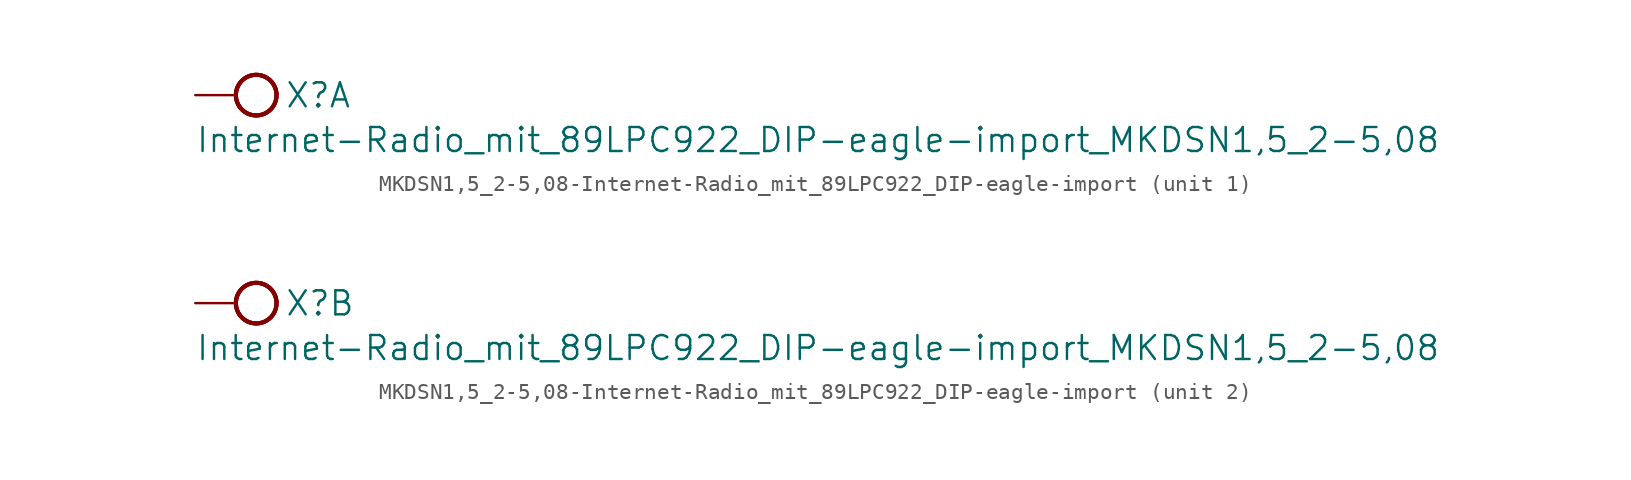
<source format=kicad_sym>
(kicad_symbol_lib
  (version 20220914)
  (generator kicad_symbol_editor)
  (symbol "MKDSN1,5_2-5,08-Internet-Radio_mit_89LPC922_DIP-eagle-import"
    (pin_names
      (offset 1.016))
    (property "Reference" "X"
      (at 3.048 -0.889 0)
      (effects (font (size 1.499 1.499)) (justify left bottom)))
    (property "Value" "Internet-Radio_mit_89LPC922_DIP-eagle-import_MKDSN1,5_2-5,08"
      (at -2.54 -3.683 0)
      (effects (font (size 1.499 1.499)) (justify left bottom)))
    (property "ki_locked" ""
      (at 0 0 0)
      (effects (font (size 1.27 1.27))))
    (symbol "MKDSN1,5_2-5,08-Internet-Radio_mit_89LPC922_DIP-eagle-import_1_0"
      (circle (center 1.27 0) (radius 1.27) (stroke (width 0.254) (type solid)) (fill (type none)))
      (circle (center 1.27 0) (radius 1.27) (stroke (width 0.254) (type solid)) (fill (type none)))
      (circle (center 1.27 0) (radius 1.27) (stroke (width 0.254) (type solid)) (fill (type none)))
      (pin passive line (at -2.54 0 0) (length 2.54) (name "KL" (effects (font (size 0 0)))) (number "1" (effects (font (size 0 0))))))
    (symbol "MKDSN1,5_2-5,08-Internet-Radio_mit_89LPC922_DIP-eagle-import_2_0"
      (circle (center 1.27 0) (radius 1.27) (stroke (width 0.254) (type solid)) (fill (type none)))
      (circle (center 1.27 0) (radius 1.27) (stroke (width 0.254) (type solid)) (fill (type none)))
      (circle (center 1.27 0) (radius 1.27) (stroke (width 0.254) (type solid)) (fill (type none)))
      (pin passive line (at -2.54 0 0) (length 2.54) (name "KL" (effects (font (size 0 0)))) (number "2" (effects (font (size 0 0))))))))
</source>
